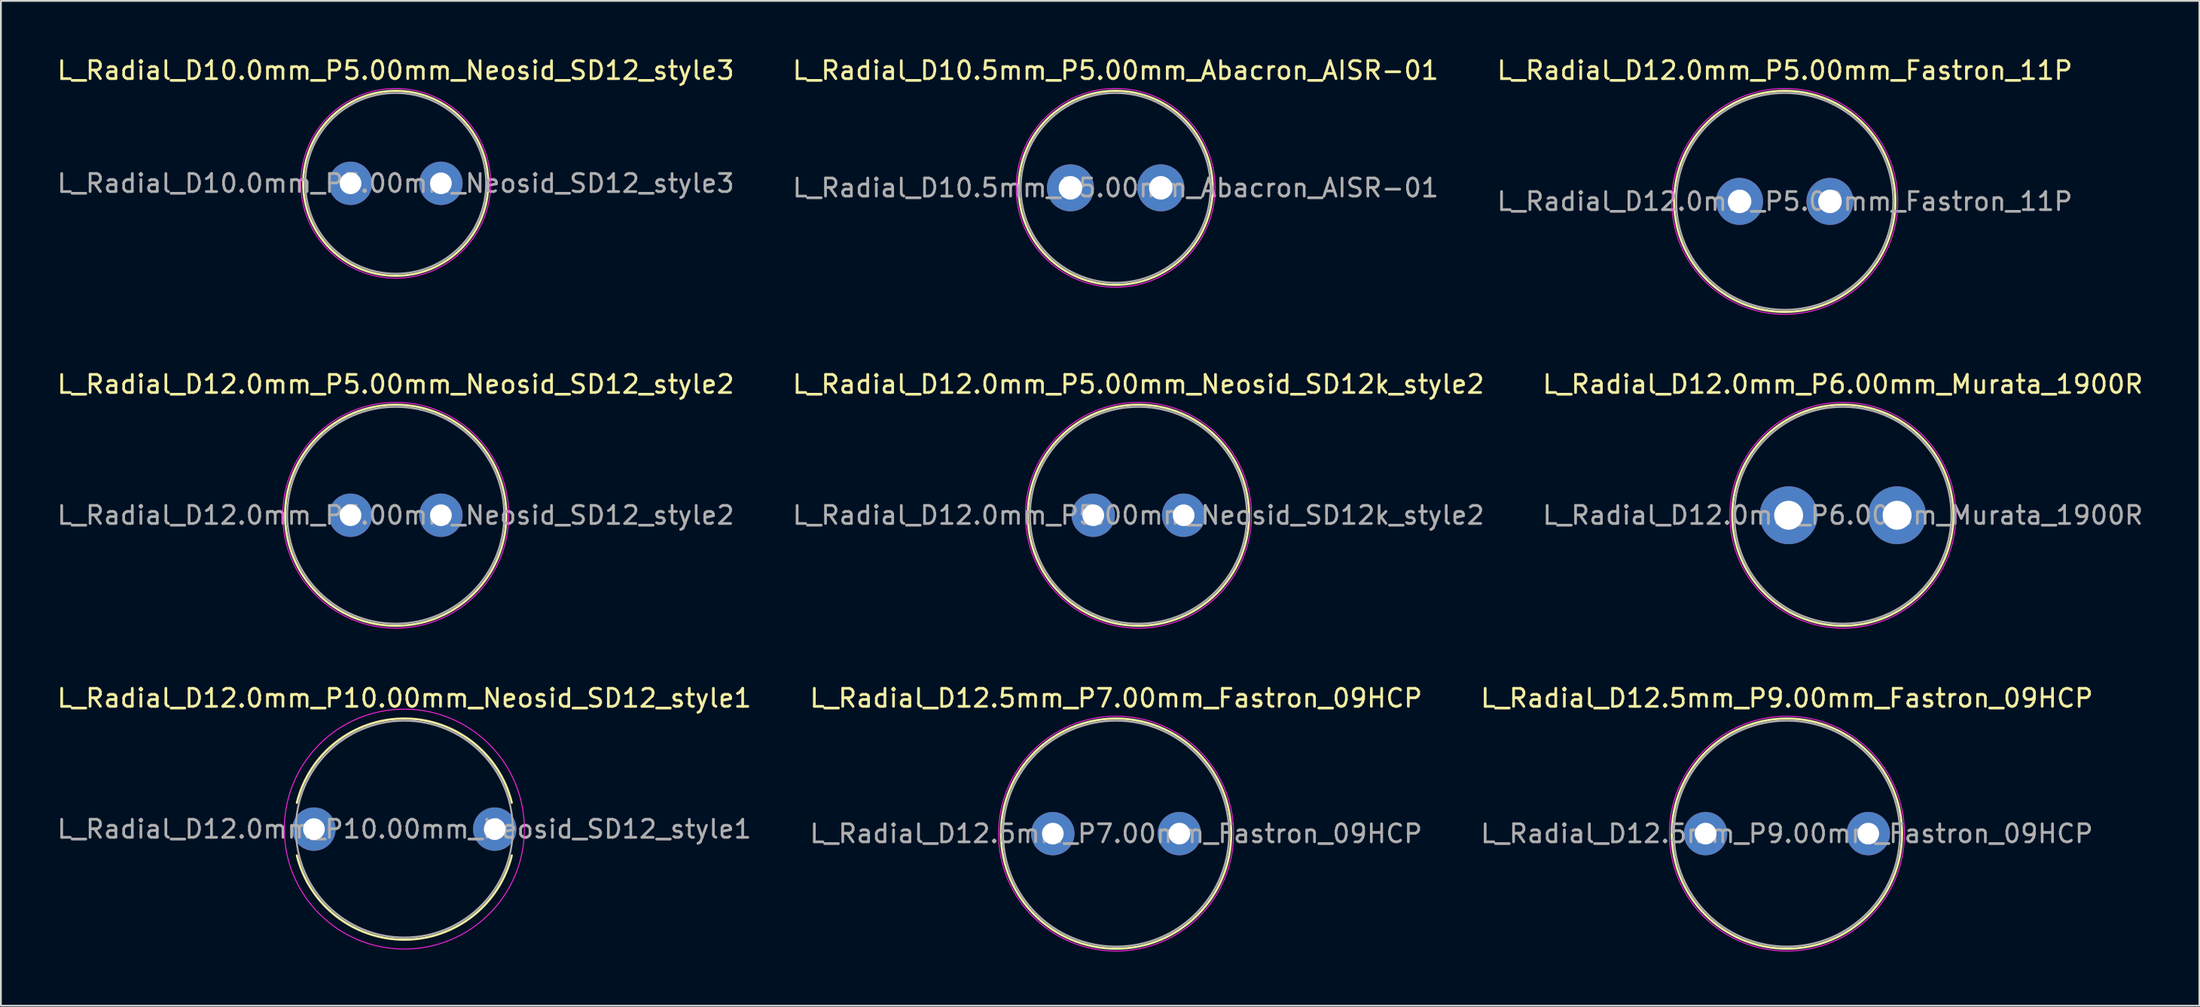
<source format=kicad_pcb>
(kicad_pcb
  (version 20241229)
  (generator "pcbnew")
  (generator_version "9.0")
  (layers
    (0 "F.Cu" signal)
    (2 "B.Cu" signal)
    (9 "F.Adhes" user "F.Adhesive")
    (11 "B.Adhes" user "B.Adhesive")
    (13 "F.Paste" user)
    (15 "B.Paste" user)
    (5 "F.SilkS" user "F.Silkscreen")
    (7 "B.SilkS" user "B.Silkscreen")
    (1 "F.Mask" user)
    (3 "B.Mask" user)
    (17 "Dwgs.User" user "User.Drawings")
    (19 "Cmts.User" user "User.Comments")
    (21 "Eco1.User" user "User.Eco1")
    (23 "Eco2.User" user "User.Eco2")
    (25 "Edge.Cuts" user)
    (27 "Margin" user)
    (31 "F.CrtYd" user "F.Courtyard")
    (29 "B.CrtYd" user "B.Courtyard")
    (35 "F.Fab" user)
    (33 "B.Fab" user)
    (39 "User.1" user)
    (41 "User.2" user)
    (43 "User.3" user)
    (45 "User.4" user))
  (footprint "L_Radial_D12.5mm_P9.00mm_Fastron_09HCP"
    (layer "F.Cu")
    (at 91.292 43.095)
    (property "Reference" "L_Radial_D12.5mm_P9.00mm_Fastron_09HCP" (at 4.5 -7.5 0) (layer "F.SilkS") (effects (font (size 1 1) (thickness 0.15))))
    (attr through_hole)
    (fp_circle (center 4.5 0) (end 10.87 0) (stroke (width 0.12) (type solid)) (fill no) (layer "F.SilkS"))
    (fp_circle (center 4.5 0) (end 11 0) (stroke (width 0.05) (type solid)) (fill no) (layer "F.CrtYd"))
    (fp_circle (center 4.5 0) (end 10.75 0) (stroke (width 0.1) (type solid)) (fill no) (layer "F.Fab"))
    (fp_text user "${REFERENCE}" (at 4.5 0 0) (layer "F.Fab") (effects (font (size 1 1) (thickness 0.15))))
    (pad "1" thru_hole circle (at 0 0) (size 2.4 2.4) (drill 1.2) (layers "*.Cu" "*.Mask"))
    (pad "2" thru_hole circle (at 9 0) (size 2.4 2.4) (drill 1.2) (layers "*.Cu" "*.Mask")))
  (footprint "L_Radial_D12.5mm_P7.00mm_Fastron_09HCP"
    (layer "F.Cu")
    (at 55.185 43.095)
    (property "Reference" "L_Radial_D12.5mm_P7.00mm_Fastron_09HCP" (at 3.5 -7.5 0) (layer "F.SilkS") (effects (font (size 1 1) (thickness 0.15))))
    (attr through_hole)
    (fp_circle (center 3.5 0) (end 9.87 0) (stroke (width 0.12) (type solid)) (fill no) (layer "F.SilkS"))
    (fp_circle (center 3.5 0) (end 10 0) (stroke (width 0.05) (type solid)) (fill no) (layer "F.CrtYd"))
    (fp_circle (center 3.5 0) (end 9.75 0) (stroke (width 0.1) (type solid)) (fill no) (layer "F.Fab"))
    (fp_text user "${REFERENCE}" (at 3.5 0 0) (layer "F.Fab") (effects (font (size 1 1) (thickness 0.15))))
    (pad "1" thru_hole circle (at 0 0) (size 2.4 2.4) (drill 1.2) (layers "*.Cu" "*.Mask"))
    (pad "2" thru_hole circle (at 7 0) (size 2.4 2.4) (drill 1.2) (layers "*.Cu" "*.Mask")))
  (footprint "L_Radial_D12.0mm_P10.00mm_Neosid_SD12_style1"
    (layer "F.Cu")
    (at 14.315 42.845)
    (property "Reference" "L_Radial_D12.0mm_P10.00mm_Neosid_SD12_style1" (at 5 -7.25 0) (layer "F.SilkS") (effects (font (size 1 1) (thickness 0.15))))
    (attr through_hole)
    (fp_arc (start -0.943299 -1.46) (mid 5 -6.12) (end 10.943299 -1.46) (stroke (width 0.12) (type solid)) (layer "F.SilkS"))
    (fp_arc (start 10.943299 1.46) (mid 5 6.12) (end -0.943299 1.46) (stroke (width 0.12) (type solid)) (layer "F.SilkS"))
    (fp_circle (center 5 0) (end 11.64 0) (stroke (width 0.05) (type solid)) (fill no) (layer "F.CrtYd"))
    (fp_circle (center 5 0) (end 11 0) (stroke (width 0.1) (type solid)) (fill no) (layer "F.Fab"))
    (fp_text user "${REFERENCE}" (at 5 0 0) (layer "F.Fab") (effects (font (size 1 1) (thickness 0.15))))
    (pad "1" thru_hole circle (at 0 0) (size 2.4 2.4) (drill 1.2) (layers "*.Cu" "*.Mask"))
    (pad "2" thru_hole circle (at 10 0) (size 2.4 2.4) (drill 1.2) (layers "*.Cu" "*.Mask")))
  (footprint "L_Radial_D12.0mm_P6.00mm_Murata_1900R"
    (layer "F.Cu")
    (at 95.887 25.471)
    (property "Reference" "L_Radial_D12.0mm_P6.00mm_Murata_1900R" (at 3 -7.25 0) (layer "F.SilkS") (effects (font (size 1 1) (thickness 0.15))))
    (attr through_hole)
    (fp_circle (center 3 0) (end 9.12 0) (stroke (width 0.12) (type solid)) (fill no) (layer "F.SilkS"))
    (fp_circle (center 3 0) (end 9.25 0) (stroke (width 0.05) (type solid)) (fill no) (layer "F.CrtYd"))
    (fp_circle (center 3 0) (end 9 0) (stroke (width 0.1) (type solid)) (fill no) (layer "F.Fab"))
    (fp_text user "${REFERENCE}" (at 3 0 0) (layer "F.Fab") (effects (font (size 1 1) (thickness 0.15))))
    (pad "1" thru_hole circle (at 0 0) (size 3.2 3.2) (drill 1.6) (layers "*.Cu" "*.Mask"))
    (pad "2" thru_hole circle (at 6 0) (size 3.2 3.2) (drill 1.6) (layers "*.Cu" "*.Mask")))
  (footprint "L_Radial_D12.0mm_P5.00mm_Neosid_SD12k_style2"
    (layer "F.Cu")
    (at 57.423 25.471)
    (property "Reference" "L_Radial_D12.0mm_P5.00mm_Neosid_SD12k_style2" (at 2.5 -7.25 0) (layer "F.SilkS") (effects (font (size 1 1) (thickness 0.15))))
    (attr through_hole)
    (fp_circle (center 2.5 0) (end 8.62 0) (stroke (width 0.12) (type solid)) (fill no) (layer "F.SilkS"))
    (fp_circle (center 2.5 0) (end 8.75 0) (stroke (width 0.05) (type solid)) (fill no) (layer "F.CrtYd"))
    (fp_circle (center 2.5 0) (end 8.5 0) (stroke (width 0.1) (type solid)) (fill no) (layer "F.Fab"))
    (fp_text user "${REFERENCE}" (at 2.5 0 0) (layer "F.Fab") (effects (font (size 1 1) (thickness 0.15))))
    (pad "1" thru_hole circle (at 0 0) (size 2.4 2.4) (drill 1.2) (layers "*.Cu" "*.Mask"))
    (pad "2" thru_hole circle (at 5 0) (size 2.4 2.4) (drill 1.2) (layers "*.Cu" "*.Mask")))
  (footprint "L_Radial_D10.0mm_P5.00mm_Neosid_SD12_style3"
    (layer "F.Cu")
    (at 16.339 7.098)
    (property "Reference" "L_Radial_D10.0mm_P5.00mm_Neosid_SD12_style3" (at 2.5 -6.25 0) (layer "F.SilkS") (effects (font (size 1 1) (thickness 0.15))))
    (attr through_hole)
    (fp_circle (center 2.5 0) (end 7.62 0) (stroke (width 0.12) (type solid)) (fill no) (layer "F.SilkS"))
    (fp_circle (center 2.5 0) (end 7.75 0) (stroke (width 0.05) (type solid)) (fill no) (layer "F.CrtYd"))
    (fp_circle (center 2.5 0) (end 7.5 0) (stroke (width 0.1) (type solid)) (fill no) (layer "F.Fab"))
    (fp_text user "${REFERENCE}" (at 2.5 0 0) (layer "F.Fab") (effects (font (size 1 1) (thickness 0.15))))
    (pad "1" thru_hole circle (at 0 0) (size 2.4 2.4) (drill 1.2) (layers "*.Cu" "*.Mask"))
    (pad "2" thru_hole circle (at 5 0) (size 2.4 2.4) (drill 1.2) (layers "*.Cu" "*.Mask")))
  (footprint "L_Radial_D10.5mm_P5.00mm_Abacron_AISR-01"
    (layer "F.Cu")
    (at 56.161 7.348)
    (property "Reference" "L_Radial_D10.5mm_P5.00mm_Abacron_AISR-01" (at 2.5 -6.5 0) (layer "F.SilkS") (effects (font (size 1 1) (thickness 0.15))))
    (attr through_hole)
    (fp_circle (center 2.5 0) (end 7.87 0) (stroke (width 0.12) (type solid)) (fill no) (layer "F.SilkS"))
    (fp_circle (center 2.5 0) (end 8 0) (stroke (width 0.05) (type solid)) (fill no) (layer "F.CrtYd"))
    (fp_circle (center 2.5 0) (end 7.75 0) (stroke (width 0.1) (type solid)) (fill no) (layer "F.Fab"))
    (fp_text user "${REFERENCE}" (at 2.5 0 0) (layer "F.Fab") (effects (font (size 1 1) (thickness 0.15))))
    (pad "1" thru_hole circle (at 0 0) (size 2.6 2.6) (drill 1.3) (layers "*.Cu" "*.Mask"))
    (pad "2" thru_hole circle (at 5 0) (size 2.6 2.6) (drill 1.3) (layers "*.Cu" "*.Mask")))
  (footprint "L_Radial_D12.0mm_P5.00mm_Neosid_SD12_style2"
    (layer "F.Cu")
    (at 16.339 25.471)
    (property "Reference" "L_Radial_D12.0mm_P5.00mm_Neosid_SD12_style2" (at 2.5 -7.25 0) (layer "F.SilkS") (effects (font (size 1 1) (thickness 0.15))))
    (attr through_hole)
    (fp_circle (center 2.5 0) (end 8.62 0) (stroke (width 0.12) (type solid)) (fill no) (layer "F.SilkS"))
    (fp_circle (center 2.5 0) (end 8.75 0) (stroke (width 0.05) (type solid)) (fill no) (layer "F.CrtYd"))
    (fp_circle (center 2.5 0) (end 8.5 0) (stroke (width 0.1) (type solid)) (fill no) (layer "F.Fab"))
    (fp_text user "${REFERENCE}" (at 2.5 0 0) (layer "F.Fab") (effects (font (size 1 1) (thickness 0.15))))
    (pad "1" thru_hole circle (at 0 0) (size 2.4 2.4) (drill 1.2) (layers "*.Cu" "*.Mask"))
    (pad "2" thru_hole circle (at 5 0) (size 2.4 2.4) (drill 1.2) (layers "*.Cu" "*.Mask")))
  (footprint "L_Radial_D12.0mm_P5.00mm_Fastron_11P"
    (layer "F.Cu")
    (at 93.173 8.098)
    (property "Reference" "L_Radial_D12.0mm_P5.00mm_Fastron_11P" (at 2.5 -7.25 0) (layer "F.SilkS") (effects (font (size 1 1) (thickness 0.15))))
    (attr through_hole)
    (fp_circle (center 2.5 0) (end 8.62 0) (stroke (width 0.12) (type solid)) (fill no) (layer "F.SilkS"))
    (fp_circle (center 2.5 0) (end 8.75 0) (stroke (width 0.05) (type solid)) (fill no) (layer "F.CrtYd"))
    (fp_circle (center 2.5 0) (end 8.5 0) (stroke (width 0.1) (type solid)) (fill no) (layer "F.Fab"))
    (fp_text user "${REFERENCE}" (at 2.5 0 0) (layer "F.Fab") (effects (font (size 1 1) (thickness 0.15))))
    (pad "1" thru_hole circle (at 0 0) (size 2.6 2.6) (drill 1.3) (layers "*.Cu" "*.Mask"))
    (pad "2" thru_hole circle (at 5 0) (size 2.6 2.6) (drill 1.3) (layers "*.Cu" "*.Mask")))
  (gr_rect
    (start -3 -3)
    (end 118.607 52.62)
    (stroke (width 0.1) (type default))
    (fill no)
    (layer "Edge.Cuts")))
</source>
